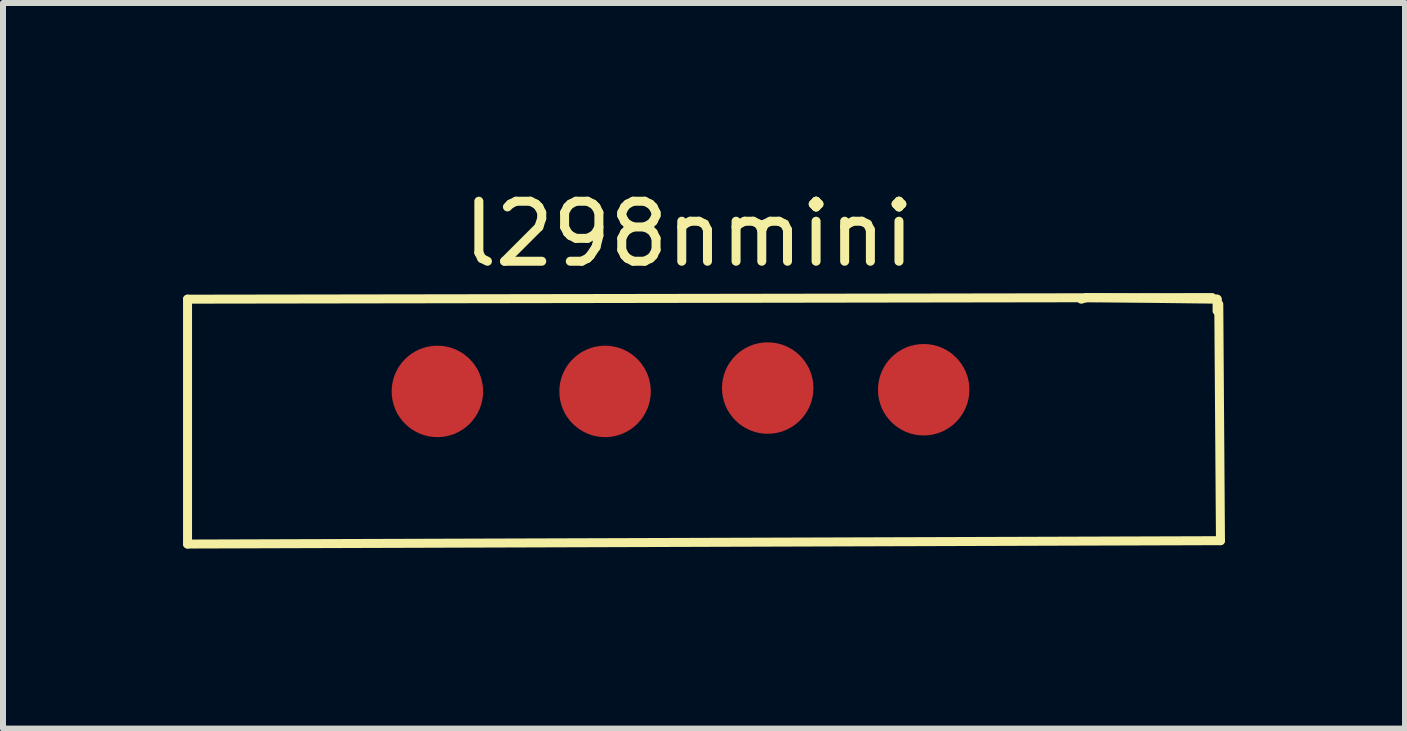
<source format=kicad_pcb>
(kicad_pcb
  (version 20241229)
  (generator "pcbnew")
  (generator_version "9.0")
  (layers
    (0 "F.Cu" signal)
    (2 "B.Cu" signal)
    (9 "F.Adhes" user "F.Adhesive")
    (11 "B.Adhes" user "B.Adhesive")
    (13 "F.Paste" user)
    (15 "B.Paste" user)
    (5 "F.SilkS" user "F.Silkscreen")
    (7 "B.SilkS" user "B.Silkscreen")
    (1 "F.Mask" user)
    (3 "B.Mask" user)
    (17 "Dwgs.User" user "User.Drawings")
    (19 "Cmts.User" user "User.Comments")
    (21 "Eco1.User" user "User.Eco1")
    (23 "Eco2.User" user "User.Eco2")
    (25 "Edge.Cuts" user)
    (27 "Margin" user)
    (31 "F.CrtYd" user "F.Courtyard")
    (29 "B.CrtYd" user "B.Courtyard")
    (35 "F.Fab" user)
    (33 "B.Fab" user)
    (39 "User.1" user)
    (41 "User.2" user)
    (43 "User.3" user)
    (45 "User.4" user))
  (footprint "l298nmini"
    (layer "F.Cu")
    (at 8.429 0.348)
    (property "Reference" "l298nmini" (at 0 0.5 0) (layer "F.SilkS") (effects (font (size 1 1) (thickness 0.15))))
    (attr through_hole)
    (fp_line (start -8.354 1.587) (end -8.354 5.667) (stroke (width 0.15) (type solid)) (layer "F.SilkS"))
    (fp_line (start -8.354 5.667) (end 8.857 5.611) (stroke (width 0.15) (type solid)) (layer "F.SilkS"))
    (fp_line (start 6.622 1.56) (end 6.538 1.587) (stroke (width 0.15) (type solid)) (layer "F.SilkS"))
    (fp_line (start 8.717 1.56) (end -8.354 1.587) (stroke (width 0.15) (type solid)) (layer "F.SilkS"))
    (fp_line (start 8.801 1.587) (end 6.622 1.56) (stroke (width 0.15) (type solid)) (layer "F.SilkS"))
    (fp_line (start 8.801 1.783) (end 8.801 1.587) (stroke (width 0.15) (type solid)) (layer "F.SilkS"))
    (fp_line (start 8.857 5.611) (end 8.829 1.671) (stroke (width 0.15) (type solid)) (layer "F.SilkS"))
    (pad "1" smd circle (at -4.191 3.124) (size 1.524 1.524) (layers "F.Cu" "F.Mask" "F.Paste"))
    (pad "2" smd circle (at -1.397 3.124) (size 1.524 1.524) (layers "F.Cu" "F.Mask" "F.Paste"))
    (pad "3" smd circle (at 1.313 3.068) (size 1.524 1.524) (layers "F.Cu" "F.Mask" "F.Paste"))
    (pad "4" smd circle (at 3.912 3.096) (size 1.524 1.524) (layers "F.Cu" "F.Mask" "F.Paste")))
  (gr_rect
    (start -3 -3)
    (end 20.361 9.09)
    (stroke (width 0.1) (type default))
    (fill no)
    (layer "Edge.Cuts")))
</source>
